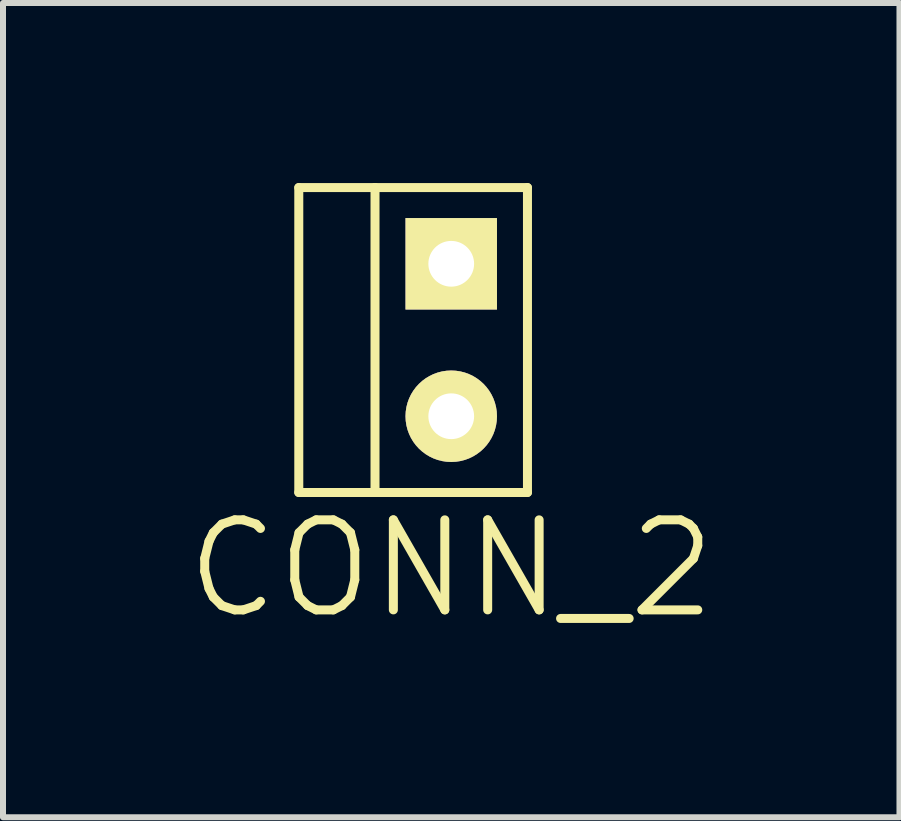
<source format=kicad_pcb>
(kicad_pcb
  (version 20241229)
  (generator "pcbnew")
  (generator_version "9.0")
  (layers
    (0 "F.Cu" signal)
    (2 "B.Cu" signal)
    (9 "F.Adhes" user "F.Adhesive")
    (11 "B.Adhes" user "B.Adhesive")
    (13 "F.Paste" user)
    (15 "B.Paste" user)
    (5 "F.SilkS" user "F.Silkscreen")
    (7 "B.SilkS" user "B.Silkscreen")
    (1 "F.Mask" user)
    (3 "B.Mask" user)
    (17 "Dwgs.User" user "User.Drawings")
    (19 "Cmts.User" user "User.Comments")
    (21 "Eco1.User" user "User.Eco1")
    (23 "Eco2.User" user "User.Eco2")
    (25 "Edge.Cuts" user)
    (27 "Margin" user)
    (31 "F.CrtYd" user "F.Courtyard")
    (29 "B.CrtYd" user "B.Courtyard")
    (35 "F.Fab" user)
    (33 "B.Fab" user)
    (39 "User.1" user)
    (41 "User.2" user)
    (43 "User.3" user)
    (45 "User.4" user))
  (footprint "CONN_2"
    (layer "F.Cu")
    (at 4.468 1.345)
    (property "Reference" "CONN_2" (at 0 5.08 0) (layer "F.SilkS") (effects (font (size 1.5 1.5) (thickness 0.15))))
    (attr through_hole)
    (fp_line (start -2.54 -1.27) (end -2.54 3.81) (stroke (width 0.15) (type solid)) (layer "F.SilkS"))
    (fp_line (start -2.54 3.81) (end -1.27 3.81) (stroke (width 0.15) (type solid)) (layer "F.SilkS"))
    (fp_line (start -1.27 -1.27) (end -2.54 -1.27) (stroke (width 0.15) (type solid)) (layer "F.SilkS"))
    (fp_line (start -1.27 -1.27) (end 1.27 -1.27) (stroke (width 0.15) (type solid)) (layer "F.SilkS"))
    (fp_line (start -1.27 3.81) (end -1.27 -1.27) (stroke (width 0.15) (type solid)) (layer "F.SilkS"))
    (fp_line (start 1.27 -1.27) (end 1.27 3.81) (stroke (width 0.15) (type solid)) (layer "F.SilkS"))
    (fp_line (start 1.27 3.81) (end -1.27 3.81) (stroke (width 0.15) (type solid)) (layer "F.SilkS"))
    (pad "1" thru_hole rect (at 0 0) (size 1.524 1.524) (drill 0.762) (layers "*.Cu" "*.Mask" "F.SilkS"))
    (pad "2" thru_hole circle (at 0 2.54) (size 1.524 1.524) (drill 0.762) (layers "*.Cu" "*.Mask" "F.SilkS")))
  (gr_rect
    (start -3 -3)
    (end 11.936 10.566)
    (stroke (width 0.1) (type default))
    (fill no)
    (layer "Edge.Cuts")))
</source>
